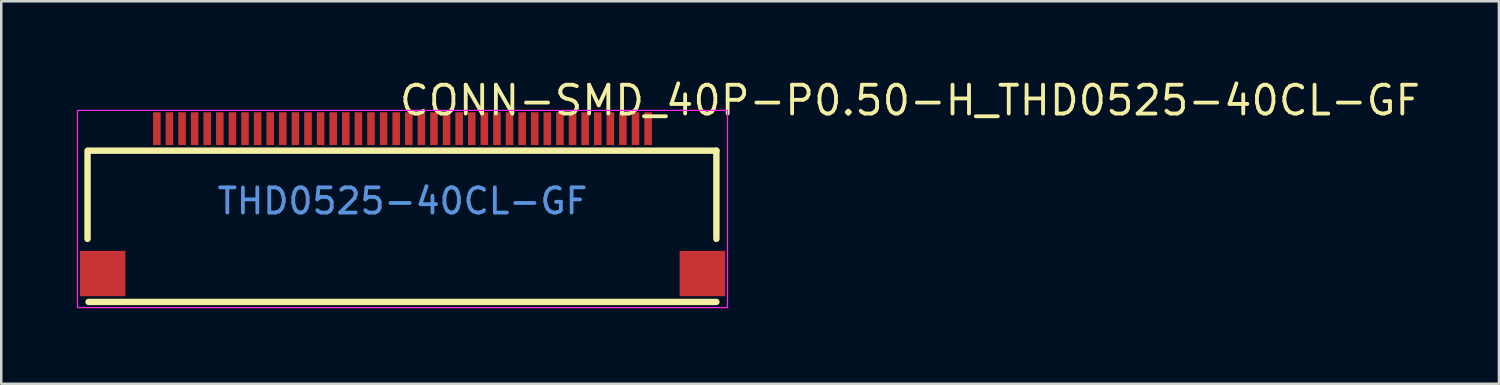
<source format=kicad_pcb>
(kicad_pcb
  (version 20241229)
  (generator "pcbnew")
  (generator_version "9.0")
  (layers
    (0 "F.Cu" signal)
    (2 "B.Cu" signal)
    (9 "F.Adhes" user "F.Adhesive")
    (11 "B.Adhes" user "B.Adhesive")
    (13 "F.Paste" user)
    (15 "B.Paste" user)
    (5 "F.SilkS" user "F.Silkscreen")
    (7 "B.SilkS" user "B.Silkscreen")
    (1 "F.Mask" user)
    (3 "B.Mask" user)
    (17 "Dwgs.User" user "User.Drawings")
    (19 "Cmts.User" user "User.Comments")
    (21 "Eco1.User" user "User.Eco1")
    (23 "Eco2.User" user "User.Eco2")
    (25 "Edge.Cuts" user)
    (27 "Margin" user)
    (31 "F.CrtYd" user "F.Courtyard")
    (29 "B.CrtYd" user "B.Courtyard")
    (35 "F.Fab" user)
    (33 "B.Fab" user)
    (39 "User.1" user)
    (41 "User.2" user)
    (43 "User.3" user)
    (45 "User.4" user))
  (footprint "CONN-SMD_40P-P0.50-H_THD0525-40CL-GF"
    (layer "F.Cu")
    (at 12.925 4.932)
    (property "Reference" "CONN-SMD_40P-P0.50-H_THD0525-40CL-GF" (at -0.202 -3.997 0) (layer "F.SilkS") (effects (font (size 1.143 1.143) (thickness 0.152)) (justify left)))
    (attr smd)
    (fp_line (start -12.5 -2) (end -12.5 1.5) (stroke (width 0.254) (type solid)) (layer "F.SilkS"))
    (fp_line (start -12.46 -2.001) (end 12.46 -2.001) (stroke (width 0.254) (type solid)) (layer "F.SilkS"))
    (fp_line (start -12.46 4.001) (end 12.46 4.001) (stroke (width 0.254) (type solid)) (layer "F.SilkS"))
    (fp_line (start 12.46 -2.001) (end 12.46 1.499) (stroke (width 0.254) (type solid)) (layer "F.SilkS"))
    (fp_rect (start -12.9 -3.6) (end 12.9 4.225) (stroke (width 0.05) (type default)) (fill no) (layer "F.CrtYd"))
    (fp_text user "THD0525-40CL-GF" (at 0 0 0) (layer "Cmts.User") (effects (font (size 1 1) (thickness 0.15))))
    (pad "1" smd rect (at -9.75 -2.875) (size 0.3 1.3) (layers "F.Cu" "F.Mask" "F.Paste"))
    (pad "2" smd rect (at -9.25 -2.875) (size 0.3 1.3) (layers "F.Cu" "F.Mask" "F.Paste"))
    (pad "3" smd rect (at -8.75 -2.875) (size 0.3 1.3) (layers "F.Cu" "F.Mask" "F.Paste"))
    (pad "4" smd rect (at -8.25 -2.875) (size 0.3 1.3) (layers "F.Cu" "F.Mask" "F.Paste"))
    (pad "5" smd rect (at -7.75 -2.875) (size 0.3 1.3) (layers "F.Cu" "F.Mask" "F.Paste"))
    (pad "6" smd rect (at -7.25 -2.875) (size 0.3 1.3) (layers "F.Cu" "F.Mask" "F.Paste"))
    (pad "7" smd rect (at -6.75 -2.875) (size 0.3 1.3) (layers "F.Cu" "F.Mask" "F.Paste"))
    (pad "8" smd rect (at -6.25 -2.875) (size 0.3 1.3) (layers "F.Cu" "F.Mask" "F.Paste"))
    (pad "9" smd rect (at -5.75 -2.875) (size 0.3 1.3) (layers "F.Cu" "F.Mask" "F.Paste"))
    (pad "10" smd rect (at -5.25 -2.875) (size 0.3 1.3) (layers "F.Cu" "F.Mask" "F.Paste"))
    (pad "11" smd rect (at -4.75 -2.875) (size 0.3 1.3) (layers "F.Cu" "F.Mask" "F.Paste"))
    (pad "12" smd rect (at -4.25 -2.875) (size 0.3 1.3) (layers "F.Cu" "F.Mask" "F.Paste"))
    (pad "13" smd rect (at -3.75 -2.875) (size 0.3 1.3) (layers "F.Cu" "F.Mask" "F.Paste"))
    (pad "14" smd rect (at -3.25 -2.875) (size 0.3 1.3) (layers "F.Cu" "F.Mask" "F.Paste"))
    (pad "15" smd rect (at -2.75 -2.875) (size 0.3 1.3) (layers "F.Cu" "F.Mask" "F.Paste"))
    (pad "16" smd rect (at -2.25 -2.875) (size 0.3 1.3) (layers "F.Cu" "F.Mask" "F.Paste"))
    (pad "17" smd rect (at -1.75 -2.875) (size 0.3 1.3) (layers "F.Cu" "F.Mask" "F.Paste"))
    (pad "18" smd rect (at -1.25 -2.875) (size 0.3 1.3) (layers "F.Cu" "F.Mask" "F.Paste"))
    (pad "19" smd rect (at -0.75 -2.875) (size 0.3 1.3) (layers "F.Cu" "F.Mask" "F.Paste"))
    (pad "20" smd rect (at -0.25 -2.875) (size 0.3 1.3) (layers "F.Cu" "F.Mask" "F.Paste"))
    (pad "21" smd rect (at 0.25 -2.875) (size 0.3 1.3) (layers "F.Cu" "F.Mask" "F.Paste"))
    (pad "22" smd rect (at 0.75 -2.875) (size 0.3 1.3) (layers "F.Cu" "F.Mask" "F.Paste"))
    (pad "23" smd rect (at 1.25 -2.875) (size 0.3 1.3) (layers "F.Cu" "F.Mask" "F.Paste"))
    (pad "24" smd rect (at 1.75 -2.875) (size 0.3 1.3) (layers "F.Cu" "F.Mask" "F.Paste"))
    (pad "25" smd rect (at 2.25 -2.875) (size 0.3 1.3) (layers "F.Cu" "F.Mask" "F.Paste"))
    (pad "26" smd rect (at 2.75 -2.875) (size 0.3 1.3) (layers "F.Cu" "F.Mask" "F.Paste"))
    (pad "27" smd rect (at 3.25 -2.875) (size 0.3 1.3) (layers "F.Cu" "F.Mask" "F.Paste"))
    (pad "28" smd rect (at 3.75 -2.875) (size 0.3 1.3) (layers "F.Cu" "F.Mask" "F.Paste"))
    (pad "29" smd rect (at 4.25 -2.875) (size 0.3 1.3) (layers "F.Cu" "F.Mask" "F.Paste"))
    (pad "30" smd rect (at 4.75 -2.875) (size 0.3 1.3) (layers "F.Cu" "F.Mask" "F.Paste"))
    (pad "31" smd rect (at 5.25 -2.875) (size 0.3 1.3) (layers "F.Cu" "F.Mask" "F.Paste"))
    (pad "32" smd rect (at 5.75 -2.875) (size 0.3 1.3) (layers "F.Cu" "F.Mask" "F.Paste"))
    (pad "33" smd rect (at 6.25 -2.875) (size 0.3 1.3) (layers "F.Cu" "F.Mask" "F.Paste"))
    (pad "34" smd rect (at 6.75 -2.875) (size 0.3 1.3) (layers "F.Cu" "F.Mask" "F.Paste"))
    (pad "35" smd rect (at 7.25 -2.875) (size 0.3 1.3) (layers "F.Cu" "F.Mask" "F.Paste"))
    (pad "36" smd rect (at 7.75 -2.875) (size 0.3 1.3) (layers "F.Cu" "F.Mask" "F.Paste"))
    (pad "37" smd rect (at 8.25 -2.875) (size 0.3 1.3) (layers "F.Cu" "F.Mask" "F.Paste"))
    (pad "38" smd rect (at 8.75 -2.875) (size 0.3 1.3) (layers "F.Cu" "F.Mask" "F.Paste"))
    (pad "39" smd rect (at 9.25 -2.875) (size 0.3 1.3) (layers "F.Cu" "F.Mask" "F.Paste"))
    (pad "40" smd rect (at 9.75 -2.875) (size 0.3 1.3) (layers "F.Cu" "F.Mask" "F.Paste"))
    (pad "SH" smd rect (at -11.9 2.875) (size 1.8 1.8) (layers "F.Cu" "F.Mask" "F.Paste"))
    (pad "SH" smd rect (at 11.9 2.875) (size 1.8 1.8) (layers "F.Cu" "F.Mask" "F.Paste")))
  (gr_rect
    (start -3 -3)
    (end 56.445 12.183)
    (stroke (width 0.1) (type default))
    (fill no)
    (layer "Edge.Cuts")))
</source>
